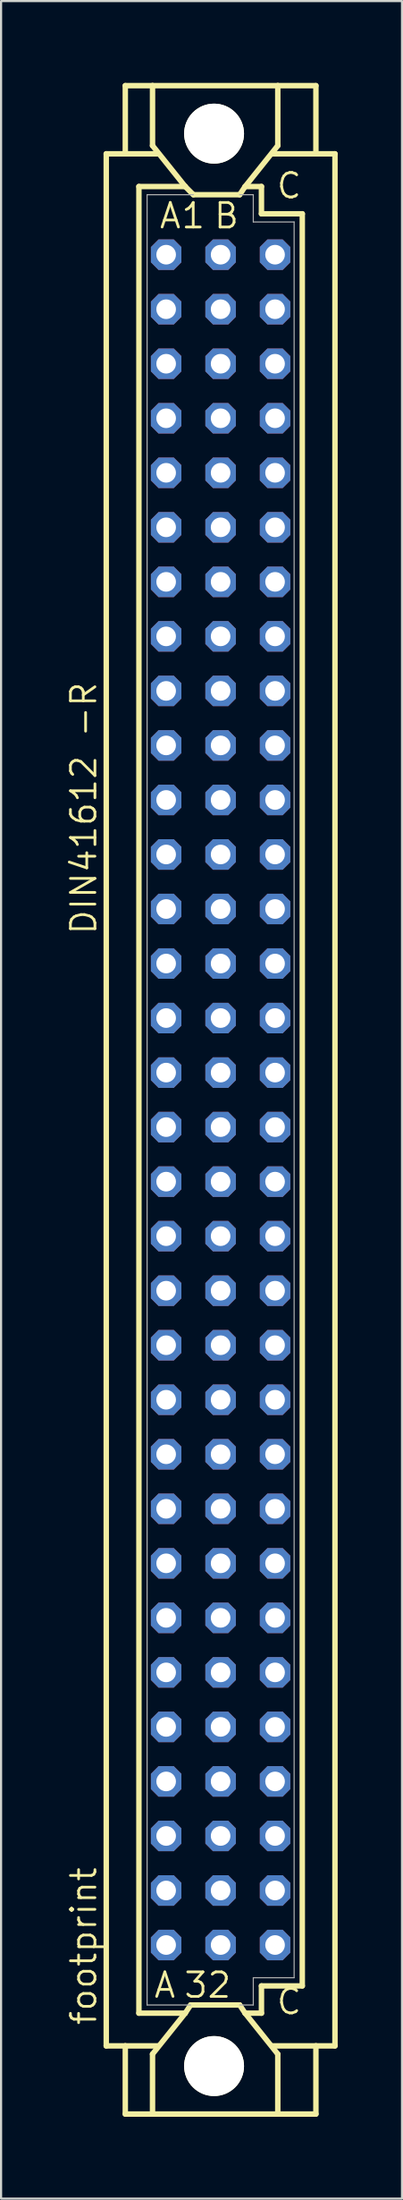
<source format=kicad_pcb>
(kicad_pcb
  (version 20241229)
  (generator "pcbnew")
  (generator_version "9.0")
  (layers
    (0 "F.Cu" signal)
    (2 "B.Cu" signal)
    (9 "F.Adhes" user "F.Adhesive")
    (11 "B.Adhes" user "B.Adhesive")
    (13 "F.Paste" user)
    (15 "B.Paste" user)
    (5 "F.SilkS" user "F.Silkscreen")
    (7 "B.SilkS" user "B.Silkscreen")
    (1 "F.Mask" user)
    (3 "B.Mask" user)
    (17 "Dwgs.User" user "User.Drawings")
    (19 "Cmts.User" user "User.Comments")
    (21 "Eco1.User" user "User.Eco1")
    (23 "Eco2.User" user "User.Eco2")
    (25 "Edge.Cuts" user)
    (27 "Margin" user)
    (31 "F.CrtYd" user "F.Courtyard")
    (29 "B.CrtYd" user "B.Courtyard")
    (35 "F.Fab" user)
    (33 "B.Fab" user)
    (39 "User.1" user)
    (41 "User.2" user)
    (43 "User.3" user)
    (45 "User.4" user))
  (footprint "footprint"
    (layer "F.Cu")
    (at 7.239 48.184)
    (property "Reference" "footprint" (at -5.715 43.18 90) (layer "F.SilkS") (effects (font (size 1.143 1.143) (thickness 0.127)) (justify left bottom)))
    (fp_line (start -5.334 -44.069) (end -4.445 -44.069) (stroke (width 0.254) (type solid)) (layer "F.SilkS"))
    (fp_line (start -5.334 44.069) (end -5.334 -44.069) (stroke (width 0.254) (type solid)) (layer "F.SilkS"))
    (fp_line (start -5.334 44.069) (end -4.445 44.069) (stroke (width 0.254) (type solid)) (layer "F.SilkS"))
    (fp_line (start -4.445 -47.244) (end -4.445 -44.069) (stroke (width 0.254) (type solid)) (layer "F.SilkS"))
    (fp_line (start -4.445 -44.069) (end -2.921 -44.069) (stroke (width 0.254) (type solid)) (layer "F.SilkS"))
    (fp_line (start -4.445 44.069) (end -4.445 47.244) (stroke (width 0.254) (type solid)) (layer "F.SilkS"))
    (fp_line (start -4.445 44.069) (end -2.921 44.069) (stroke (width 0.254) (type solid)) (layer "F.SilkS"))
    (fp_line (start -3.81 -42.545) (end -3.81 42.545) (stroke (width 0.254) (type solid)) (layer "F.SilkS"))
    (fp_line (start -3.81 42.545) (end -1.651 42.545) (stroke (width 0.254) (type solid)) (layer "F.SilkS"))
    (fp_line (start -3.175 -47.244) (end -4.445 -47.244) (stroke (width 0.254) (type solid)) (layer "F.SilkS"))
    (fp_line (start -3.175 -47.244) (end -3.175 -44.45) (stroke (width 0.254) (type solid)) (layer "F.SilkS"))
    (fp_line (start -3.175 47.244) (end -4.445 47.244) (stroke (width 0.254) (type solid)) (layer "F.SilkS"))
    (fp_line (start -3.175 47.244) (end -3.175 44.45) (stroke (width 0.254) (type solid)) (layer "F.SilkS"))
    (fp_line (start -3.175 47.244) (end 2.667 47.244) (stroke (width 0.254) (type solid)) (layer "F.SilkS"))
    (fp_line (start -1.651 -42.545) (end -3.81 -42.545) (stroke (width 0.254) (type solid)) (layer "F.SilkS"))
    (fp_line (start -1.651 -42.545) (end -3.175 -44.45) (stroke (width 0.254) (type solid)) (layer "F.SilkS"))
    (fp_line (start -1.651 -42.545) (end -1.27 -42.164) (stroke (width 0.254) (type solid)) (layer "F.SilkS"))
    (fp_line (start -1.651 42.545) (end -3.175 44.45) (stroke (width 0.254) (type solid)) (layer "F.SilkS"))
    (fp_line (start -1.651 42.545) (end -1.397 42.164) (stroke (width 0.254) (type solid)) (layer "F.SilkS"))
    (fp_line (start -1.397 42.164) (end 0.889 42.164) (stroke (width 0.254) (type solid)) (layer "F.SilkS"))
    (fp_line (start -1.27 -42.164) (end 0.889 -42.164) (stroke (width 0.254) (type solid)) (layer "F.SilkS"))
    (fp_line (start 0.889 -42.164) (end 1.143 -42.545) (stroke (width 0.254) (type solid)) (layer "F.SilkS"))
    (fp_line (start 1.143 -42.545) (end 2.667 -44.45) (stroke (width 0.254) (type solid)) (layer "F.SilkS"))
    (fp_line (start 1.143 42.545) (end 0.889 42.164) (stroke (width 0.254) (type solid)) (layer "F.SilkS"))
    (fp_line (start 1.143 42.545) (end 1.905 42.545) (stroke (width 0.254) (type solid)) (layer "F.SilkS"))
    (fp_line (start 1.143 42.545) (end 2.667 44.45) (stroke (width 0.254) (type solid)) (layer "F.SilkS"))
    (fp_line (start 1.905 -42.545) (end 1.143 -42.545) (stroke (width 0.254) (type solid)) (layer "F.SilkS"))
    (fp_line (start 1.905 -41.275) (end 1.905 -42.545) (stroke (width 0.254) (type solid)) (layer "F.SilkS"))
    (fp_line (start 1.905 41.275) (end 3.81 41.275) (stroke (width 0.254) (type solid)) (layer "F.SilkS"))
    (fp_line (start 1.905 42.545) (end 1.905 41.275) (stroke (width 0.254) (type solid)) (layer "F.SilkS"))
    (fp_line (start 2.667 -47.244) (end -3.175 -47.244) (stroke (width 0.254) (type solid)) (layer "F.SilkS"))
    (fp_line (start 2.667 -47.244) (end 2.667 -44.45) (stroke (width 0.254) (type solid)) (layer "F.SilkS"))
    (fp_line (start 2.667 -47.244) (end 4.445 -47.244) (stroke (width 0.254) (type solid)) (layer "F.SilkS"))
    (fp_line (start 2.667 47.244) (end 2.667 44.45) (stroke (width 0.254) (type solid)) (layer "F.SilkS"))
    (fp_line (start 2.667 47.244) (end 4.445 47.244) (stroke (width 0.254) (type solid)) (layer "F.SilkS"))
    (fp_line (start 3.81 -41.275) (end 1.905 -41.275) (stroke (width 0.254) (type solid)) (layer "F.SilkS"))
    (fp_line (start 3.81 41.275) (end 3.81 -41.275) (stroke (width 0.254) (type solid)) (layer "F.SilkS"))
    (fp_line (start 4.445 -47.244) (end 4.445 -44.069) (stroke (width 0.254) (type solid)) (layer "F.SilkS"))
    (fp_line (start 4.445 -44.069) (end 2.413 -44.069) (stroke (width 0.254) (type solid)) (layer "F.SilkS"))
    (fp_line (start 4.445 44.069) (end 2.413 44.069) (stroke (width 0.254) (type solid)) (layer "F.SilkS"))
    (fp_line (start 4.445 44.069) (end 4.445 47.244) (stroke (width 0.254) (type solid)) (layer "F.SilkS"))
    (fp_line (start 5.334 -44.069) (end 4.445 -44.069) (stroke (width 0.254) (type solid)) (layer "F.SilkS"))
    (fp_line (start 5.334 44.069) (end 4.445 44.069) (stroke (width 0.254) (type solid)) (layer "F.SilkS"))
    (fp_line (start 5.334 44.069) (end 5.334 -44.069) (stroke (width 0.254) (type solid)) (layer "F.SilkS"))
    (fp_circle (center -0.305 -45.009) (end 0.965 -45.009) (stroke (width 0.254) (type solid)) (fill no) (layer "F.SilkS"))
    (fp_circle (center -0.305 45.009) (end 0.965 45.009) (stroke (width 0.254) (type solid)) (fill no) (layer "F.SilkS"))
    (fp_line (start -3.429 -42.164) (end -3.429 42.164) (stroke (width 0.051) (type solid)) (layer "F.Fab"))
    (fp_line (start -3.429 -42.164) (end -1.27 -42.164) (stroke (width 0.051) (type solid)) (layer "F.Fab"))
    (fp_line (start -3.429 42.164) (end -1.397 42.164) (stroke (width 0.051) (type solid)) (layer "F.Fab"))
    (fp_line (start 0.889 -42.164) (end 1.524 -42.164) (stroke (width 0.051) (type solid)) (layer "F.Fab"))
    (fp_line (start 0.889 42.164) (end 1.524 42.164) (stroke (width 0.051) (type solid)) (layer "F.Fab"))
    (fp_line (start 1.524 -42.164) (end 1.524 -40.894) (stroke (width 0.051) (type solid)) (layer "F.Fab"))
    (fp_line (start 1.524 -40.894) (end 3.429 -40.894) (stroke (width 0.051) (type solid)) (layer "F.Fab"))
    (fp_line (start 1.524 40.894) (end 3.429 40.894) (stroke (width 0.051) (type solid)) (layer "F.Fab"))
    (fp_line (start 1.524 42.164) (end 1.524 40.894) (stroke (width 0.051) (type solid)) (layer "F.Fab"))
    (fp_line (start 3.429 -40.894) (end 3.429 40.894) (stroke (width 0.051) (type solid)) (layer "F.Fab"))
    (fp_poly (pts (xy -2.794 -39.116) (xy -2.286 -39.116) (xy -2.286 -39.624) (xy -2.794 -39.624)) (stroke (width 0.1) (type solid)) (fill no) (layer "F.Fab"))
    (fp_poly (pts (xy -2.794 -36.576) (xy -2.286 -36.576) (xy -2.286 -37.084) (xy -2.794 -37.084)) (stroke (width 0.1) (type solid)) (fill no) (layer "F.Fab"))
    (fp_poly (pts (xy -2.794 -34.036) (xy -2.286 -34.036) (xy -2.286 -34.544) (xy -2.794 -34.544)) (stroke (width 0.1) (type solid)) (fill no) (layer "F.Fab"))
    (fp_poly (pts (xy -2.794 -31.496) (xy -2.286 -31.496) (xy -2.286 -32.004) (xy -2.794 -32.004)) (stroke (width 0.1) (type solid)) (fill no) (layer "F.Fab"))
    (fp_poly (pts (xy -2.794 -28.956) (xy -2.286 -28.956) (xy -2.286 -29.464) (xy -2.794 -29.464)) (stroke (width 0.1) (type solid)) (fill no) (layer "F.Fab"))
    (fp_poly (pts (xy -2.794 -26.416) (xy -2.286 -26.416) (xy -2.286 -26.924) (xy -2.794 -26.924)) (stroke (width 0.1) (type solid)) (fill no) (layer "F.Fab"))
    (fp_poly (pts (xy -2.794 -23.876) (xy -2.286 -23.876) (xy -2.286 -24.384) (xy -2.794 -24.384)) (stroke (width 0.1) (type solid)) (fill no) (layer "F.Fab"))
    (fp_poly (pts (xy -2.794 -21.336) (xy -2.286 -21.336) (xy -2.286 -21.844) (xy -2.794 -21.844)) (stroke (width 0.1) (type solid)) (fill no) (layer "F.Fab"))
    (fp_poly (pts (xy -2.794 -18.796) (xy -2.286 -18.796) (xy -2.286 -19.304) (xy -2.794 -19.304)) (stroke (width 0.1) (type solid)) (fill no) (layer "F.Fab"))
    (fp_poly (pts (xy -2.794 -16.256) (xy -2.286 -16.256) (xy -2.286 -16.764) (xy -2.794 -16.764)) (stroke (width 0.1) (type solid)) (fill no) (layer "F.Fab"))
    (fp_poly (pts (xy -2.794 -13.716) (xy -2.286 -13.716) (xy -2.286 -14.224) (xy -2.794 -14.224)) (stroke (width 0.1) (type solid)) (fill no) (layer "F.Fab"))
    (fp_poly (pts (xy -2.794 -11.176) (xy -2.286 -11.176) (xy -2.286 -11.684) (xy -2.794 -11.684)) (stroke (width 0.1) (type solid)) (fill no) (layer "F.Fab"))
    (fp_poly (pts (xy -2.794 -8.636) (xy -2.286 -8.636) (xy -2.286 -9.144) (xy -2.794 -9.144)) (stroke (width 0.1) (type solid)) (fill no) (layer "F.Fab"))
    (fp_poly (pts (xy -2.794 -6.096) (xy -2.286 -6.096) (xy -2.286 -6.604) (xy -2.794 -6.604)) (stroke (width 0.1) (type solid)) (fill no) (layer "F.Fab"))
    (fp_poly (pts (xy -2.794 -3.556) (xy -2.286 -3.556) (xy -2.286 -4.064) (xy -2.794 -4.064)) (stroke (width 0.1) (type solid)) (fill no) (layer "F.Fab"))
    (fp_poly (pts (xy -2.794 -1.016) (xy -2.286 -1.016) (xy -2.286 -1.524) (xy -2.794 -1.524)) (stroke (width 0.1) (type solid)) (fill no) (layer "F.Fab"))
    (fp_poly (pts (xy -2.794 1.524) (xy -2.286 1.524) (xy -2.286 1.016) (xy -2.794 1.016)) (stroke (width 0.1) (type solid)) (fill no) (layer "F.Fab"))
    (fp_poly (pts (xy -2.794 4.064) (xy -2.286 4.064) (xy -2.286 3.556) (xy -2.794 3.556)) (stroke (width 0.1) (type solid)) (fill no) (layer "F.Fab"))
    (fp_poly (pts (xy -2.794 6.604) (xy -2.286 6.604) (xy -2.286 6.096) (xy -2.794 6.096)) (stroke (width 0.1) (type solid)) (fill no) (layer "F.Fab"))
    (fp_poly (pts (xy -2.794 9.144) (xy -2.286 9.144) (xy -2.286 8.636) (xy -2.794 8.636)) (stroke (width 0.1) (type solid)) (fill no) (layer "F.Fab"))
    (fp_poly (pts (xy -2.794 11.684) (xy -2.286 11.684) (xy -2.286 11.176) (xy -2.794 11.176)) (stroke (width 0.1) (type solid)) (fill no) (layer "F.Fab"))
    (fp_poly (pts (xy -2.794 14.224) (xy -2.286 14.224) (xy -2.286 13.716) (xy -2.794 13.716)) (stroke (width 0.1) (type solid)) (fill no) (layer "F.Fab"))
    (fp_poly (pts (xy -2.794 16.764) (xy -2.286 16.764) (xy -2.286 16.256) (xy -2.794 16.256)) (stroke (width 0.1) (type solid)) (fill no) (layer "F.Fab"))
    (fp_poly (pts (xy -2.794 19.304) (xy -2.286 19.304) (xy -2.286 18.796) (xy -2.794 18.796)) (stroke (width 0.1) (type solid)) (fill no) (layer "F.Fab"))
    (fp_poly (pts (xy -2.794 21.844) (xy -2.286 21.844) (xy -2.286 21.336) (xy -2.794 21.336)) (stroke (width 0.1) (type solid)) (fill no) (layer "F.Fab"))
    (fp_poly (pts (xy -2.794 24.384) (xy -2.286 24.384) (xy -2.286 23.876) (xy -2.794 23.876)) (stroke (width 0.1) (type solid)) (fill no) (layer "F.Fab"))
    (fp_poly (pts (xy -2.794 26.924) (xy -2.286 26.924) (xy -2.286 26.416) (xy -2.794 26.416)) (stroke (width 0.1) (type solid)) (fill no) (layer "F.Fab"))
    (fp_poly (pts (xy -2.794 29.464) (xy -2.286 29.464) (xy -2.286 28.956) (xy -2.794 28.956)) (stroke (width 0.1) (type solid)) (fill no) (layer "F.Fab"))
    (fp_poly (pts (xy -2.794 32.004) (xy -2.286 32.004) (xy -2.286 31.496) (xy -2.794 31.496)) (stroke (width 0.1) (type solid)) (fill no) (layer "F.Fab"))
    (fp_poly (pts (xy -2.794 34.544) (xy -2.286 34.544) (xy -2.286 34.036) (xy -2.794 34.036)) (stroke (width 0.1) (type solid)) (fill no) (layer "F.Fab"))
    (fp_poly (pts (xy -2.794 37.084) (xy -2.286 37.084) (xy -2.286 36.576) (xy -2.794 36.576)) (stroke (width 0.1) (type solid)) (fill no) (layer "F.Fab"))
    (fp_poly (pts (xy -2.794 39.624) (xy -2.286 39.624) (xy -2.286 39.116) (xy -2.794 39.116)) (stroke (width 0.1) (type solid)) (fill no) (layer "F.Fab"))
    (fp_poly (pts (xy -0.254 -39.116) (xy 0.254 -39.116) (xy 0.254 -39.624) (xy -0.254 -39.624)) (stroke (width 0.1) (type solid)) (fill no) (layer "F.Fab"))
    (fp_poly (pts (xy -0.254 -36.576) (xy 0.254 -36.576) (xy 0.254 -37.084) (xy -0.254 -37.084)) (stroke (width 0.1) (type solid)) (fill no) (layer "F.Fab"))
    (fp_poly (pts (xy -0.254 -34.036) (xy 0.254 -34.036) (xy 0.254 -34.544) (xy -0.254 -34.544)) (stroke (width 0.1) (type solid)) (fill no) (layer "F.Fab"))
    (fp_poly (pts (xy -0.254 -31.496) (xy 0.254 -31.496) (xy 0.254 -32.004) (xy -0.254 -32.004)) (stroke (width 0.1) (type solid)) (fill no) (layer "F.Fab"))
    (fp_poly (pts (xy -0.254 -28.956) (xy 0.254 -28.956) (xy 0.254 -29.464) (xy -0.254 -29.464)) (stroke (width 0.1) (type solid)) (fill no) (layer "F.Fab"))
    (fp_poly (pts (xy -0.254 -26.416) (xy 0.254 -26.416) (xy 0.254 -26.924) (xy -0.254 -26.924)) (stroke (width 0.1) (type solid)) (fill no) (layer "F.Fab"))
    (fp_poly (pts (xy -0.254 -23.876) (xy 0.254 -23.876) (xy 0.254 -24.384) (xy -0.254 -24.384)) (stroke (width 0.1) (type solid)) (fill no) (layer "F.Fab"))
    (fp_poly (pts (xy -0.254 -21.336) (xy 0.254 -21.336) (xy 0.254 -21.844) (xy -0.254 -21.844)) (stroke (width 0.1) (type solid)) (fill no) (layer "F.Fab"))
    (fp_poly (pts (xy -0.254 -18.796) (xy 0.254 -18.796) (xy 0.254 -19.304) (xy -0.254 -19.304)) (stroke (width 0.1) (type solid)) (fill no) (layer "F.Fab"))
    (fp_poly (pts (xy -0.254 -16.256) (xy 0.254 -16.256) (xy 0.254 -16.764) (xy -0.254 -16.764)) (stroke (width 0.1) (type solid)) (fill no) (layer "F.Fab"))
    (fp_poly (pts (xy -0.254 -13.716) (xy 0.254 -13.716) (xy 0.254 -14.224) (xy -0.254 -14.224)) (stroke (width 0.1) (type solid)) (fill no) (layer "F.Fab"))
    (fp_poly (pts (xy -0.254 -11.176) (xy 0.254 -11.176) (xy 0.254 -11.684) (xy -0.254 -11.684)) (stroke (width 0.1) (type solid)) (fill no) (layer "F.Fab"))
    (fp_poly (pts (xy -0.254 -8.636) (xy 0.254 -8.636) (xy 0.254 -9.144) (xy -0.254 -9.144)) (stroke (width 0.1) (type solid)) (fill no) (layer "F.Fab"))
    (fp_poly (pts (xy -0.254 -6.096) (xy 0.254 -6.096) (xy 0.254 -6.604) (xy -0.254 -6.604)) (stroke (width 0.1) (type solid)) (fill no) (layer "F.Fab"))
    (fp_poly (pts (xy -0.254 -3.556) (xy 0.254 -3.556) (xy 0.254 -4.064) (xy -0.254 -4.064)) (stroke (width 0.1) (type solid)) (fill no) (layer "F.Fab"))
    (fp_poly (pts (xy -0.254 -1.016) (xy 0.254 -1.016) (xy 0.254 -1.524) (xy -0.254 -1.524)) (stroke (width 0.1) (type solid)) (fill no) (layer "F.Fab"))
    (fp_poly (pts (xy -0.254 1.524) (xy 0.254 1.524) (xy 0.254 1.016) (xy -0.254 1.016)) (stroke (width 0.1) (type solid)) (fill no) (layer "F.Fab"))
    (fp_poly (pts (xy -0.254 4.064) (xy 0.254 4.064) (xy 0.254 3.556) (xy -0.254 3.556)) (stroke (width 0.1) (type solid)) (fill no) (layer "F.Fab"))
    (fp_poly (pts (xy -0.254 6.604) (xy 0.254 6.604) (xy 0.254 6.096) (xy -0.254 6.096)) (stroke (width 0.1) (type solid)) (fill no) (layer "F.Fab"))
    (fp_poly (pts (xy -0.254 9.144) (xy 0.254 9.144) (xy 0.254 8.636) (xy -0.254 8.636)) (stroke (width 0.1) (type solid)) (fill no) (layer "F.Fab"))
    (fp_poly (pts (xy -0.254 11.684) (xy 0.254 11.684) (xy 0.254 11.176) (xy -0.254 11.176)) (stroke (width 0.1) (type solid)) (fill no) (layer "F.Fab"))
    (fp_poly (pts (xy -0.254 14.224) (xy 0.254 14.224) (xy 0.254 13.716) (xy -0.254 13.716)) (stroke (width 0.1) (type solid)) (fill no) (layer "F.Fab"))
    (fp_poly (pts (xy -0.254 16.764) (xy 0.254 16.764) (xy 0.254 16.256) (xy -0.254 16.256)) (stroke (width 0.1) (type solid)) (fill no) (layer "F.Fab"))
    (fp_poly (pts (xy -0.254 19.304) (xy 0.254 19.304) (xy 0.254 18.796) (xy -0.254 18.796)) (stroke (width 0.1) (type solid)) (fill no) (layer "F.Fab"))
    (fp_poly (pts (xy -0.254 21.844) (xy 0.254 21.844) (xy 0.254 21.336) (xy -0.254 21.336)) (stroke (width 0.1) (type solid)) (fill no) (layer "F.Fab"))
    (fp_poly (pts (xy -0.254 24.384) (xy 0.254 24.384) (xy 0.254 23.876) (xy -0.254 23.876)) (stroke (width 0.1) (type solid)) (fill no) (layer "F.Fab"))
    (fp_poly (pts (xy -0.254 26.924) (xy 0.254 26.924) (xy 0.254 26.416) (xy -0.254 26.416)) (stroke (width 0.1) (type solid)) (fill no) (layer "F.Fab"))
    (fp_poly (pts (xy -0.254 29.464) (xy 0.254 29.464) (xy 0.254 28.956) (xy -0.254 28.956)) (stroke (width 0.1) (type solid)) (fill no) (layer "F.Fab"))
    (fp_poly (pts (xy -0.254 32.004) (xy 0.254 32.004) (xy 0.254 31.496) (xy -0.254 31.496)) (stroke (width 0.1) (type solid)) (fill no) (layer "F.Fab"))
    (fp_poly (pts (xy -0.254 34.544) (xy 0.254 34.544) (xy 0.254 34.036) (xy -0.254 34.036)) (stroke (width 0.1) (type solid)) (fill no) (layer "F.Fab"))
    (fp_poly (pts (xy -0.254 37.084) (xy 0.254 37.084) (xy 0.254 36.576) (xy -0.254 36.576)) (stroke (width 0.1) (type solid)) (fill no) (layer "F.Fab"))
    (fp_poly (pts (xy -0.254 39.624) (xy 0.254 39.624) (xy 0.254 39.116) (xy -0.254 39.116)) (stroke (width 0.1) (type solid)) (fill no) (layer "F.Fab"))
    (fp_poly (pts (xy 2.286 -39.116) (xy 2.794 -39.116) (xy 2.794 -39.624) (xy 2.286 -39.624)) (stroke (width 0.1) (type solid)) (fill no) (layer "F.Fab"))
    (fp_poly (pts (xy 2.286 -36.576) (xy 2.794 -36.576) (xy 2.794 -37.084) (xy 2.286 -37.084)) (stroke (width 0.1) (type solid)) (fill no) (layer "F.Fab"))
    (fp_poly (pts (xy 2.286 -34.036) (xy 2.794 -34.036) (xy 2.794 -34.544) (xy 2.286 -34.544)) (stroke (width 0.1) (type solid)) (fill no) (layer "F.Fab"))
    (fp_poly (pts (xy 2.286 -31.496) (xy 2.794 -31.496) (xy 2.794 -32.004) (xy 2.286 -32.004)) (stroke (width 0.1) (type solid)) (fill no) (layer "F.Fab"))
    (fp_poly (pts (xy 2.286 -28.956) (xy 2.794 -28.956) (xy 2.794 -29.464) (xy 2.286 -29.464)) (stroke (width 0.1) (type solid)) (fill no) (layer "F.Fab"))
    (fp_poly (pts (xy 2.286 -26.416) (xy 2.794 -26.416) (xy 2.794 -26.924) (xy 2.286 -26.924)) (stroke (width 0.1) (type solid)) (fill no) (layer "F.Fab"))
    (fp_poly (pts (xy 2.286 -23.876) (xy 2.794 -23.876) (xy 2.794 -24.384) (xy 2.286 -24.384)) (stroke (width 0.1) (type solid)) (fill no) (layer "F.Fab"))
    (fp_poly (pts (xy 2.286 -21.336) (xy 2.794 -21.336) (xy 2.794 -21.844) (xy 2.286 -21.844)) (stroke (width 0.1) (type solid)) (fill no) (layer "F.Fab"))
    (fp_poly (pts (xy 2.286 -18.796) (xy 2.794 -18.796) (xy 2.794 -19.304) (xy 2.286 -19.304)) (stroke (width 0.1) (type solid)) (fill no) (layer "F.Fab"))
    (fp_poly (pts (xy 2.286 -16.256) (xy 2.794 -16.256) (xy 2.794 -16.764) (xy 2.286 -16.764)) (stroke (width 0.1) (type solid)) (fill no) (layer "F.Fab"))
    (fp_poly (pts (xy 2.286 -13.716) (xy 2.794 -13.716) (xy 2.794 -14.224) (xy 2.286 -14.224)) (stroke (width 0.1) (type solid)) (fill no) (layer "F.Fab"))
    (fp_poly (pts (xy 2.286 -11.176) (xy 2.794 -11.176) (xy 2.794 -11.684) (xy 2.286 -11.684)) (stroke (width 0.1) (type solid)) (fill no) (layer "F.Fab"))
    (fp_poly (pts (xy 2.286 -8.636) (xy 2.794 -8.636) (xy 2.794 -9.144) (xy 2.286 -9.144)) (stroke (width 0.1) (type solid)) (fill no) (layer "F.Fab"))
    (fp_poly (pts (xy 2.286 -6.096) (xy 2.794 -6.096) (xy 2.794 -6.604) (xy 2.286 -6.604)) (stroke (width 0.1) (type solid)) (fill no) (layer "F.Fab"))
    (fp_poly (pts (xy 2.286 -3.556) (xy 2.794 -3.556) (xy 2.794 -4.064) (xy 2.286 -4.064)) (stroke (width 0.1) (type solid)) (fill no) (layer "F.Fab"))
    (fp_poly (pts (xy 2.286 -1.016) (xy 2.794 -1.016) (xy 2.794 -1.524) (xy 2.286 -1.524)) (stroke (width 0.1) (type solid)) (fill no) (layer "F.Fab"))
    (fp_poly (pts (xy 2.286 1.524) (xy 2.794 1.524) (xy 2.794 1.016) (xy 2.286 1.016)) (stroke (width 0.1) (type solid)) (fill no) (layer "F.Fab"))
    (fp_poly (pts (xy 2.286 4.064) (xy 2.794 4.064) (xy 2.794 3.556) (xy 2.286 3.556)) (stroke (width 0.1) (type solid)) (fill no) (layer "F.Fab"))
    (fp_poly (pts (xy 2.286 6.604) (xy 2.794 6.604) (xy 2.794 6.096) (xy 2.286 6.096)) (stroke (width 0.1) (type solid)) (fill no) (layer "F.Fab"))
    (fp_poly (pts (xy 2.286 9.144) (xy 2.794 9.144) (xy 2.794 8.636) (xy 2.286 8.636)) (stroke (width 0.1) (type solid)) (fill no) (layer "F.Fab"))
    (fp_poly (pts (xy 2.286 11.684) (xy 2.794 11.684) (xy 2.794 11.176) (xy 2.286 11.176)) (stroke (width 0.1) (type solid)) (fill no) (layer "F.Fab"))
    (fp_poly (pts (xy 2.286 14.224) (xy 2.794 14.224) (xy 2.794 13.716) (xy 2.286 13.716)) (stroke (width 0.1) (type solid)) (fill no) (layer "F.Fab"))
    (fp_poly (pts (xy 2.286 16.764) (xy 2.794 16.764) (xy 2.794 16.256) (xy 2.286 16.256)) (stroke (width 0.1) (type solid)) (fill no) (layer "F.Fab"))
    (fp_poly (pts (xy 2.286 19.304) (xy 2.794 19.304) (xy 2.794 18.796) (xy 2.286 18.796)) (stroke (width 0.1) (type solid)) (fill no) (layer "F.Fab"))
    (fp_poly (pts (xy 2.286 21.844) (xy 2.794 21.844) (xy 2.794 21.336) (xy 2.286 21.336)) (stroke (width 0.1) (type solid)) (fill no) (layer "F.Fab"))
    (fp_poly (pts (xy 2.286 24.384) (xy 2.794 24.384) (xy 2.794 23.876) (xy 2.286 23.876)) (stroke (width 0.1) (type solid)) (fill no) (layer "F.Fab"))
    (fp_poly (pts (xy 2.286 26.924) (xy 2.794 26.924) (xy 2.794 26.416) (xy 2.286 26.416)) (stroke (width 0.1) (type solid)) (fill no) (layer "F.Fab"))
    (fp_poly (pts (xy 2.286 29.464) (xy 2.794 29.464) (xy 2.794 28.956) (xy 2.286 28.956)) (stroke (width 0.1) (type solid)) (fill no) (layer "F.Fab"))
    (fp_poly (pts (xy 2.286 32.004) (xy 2.794 32.004) (xy 2.794 31.496) (xy 2.286 31.496)) (stroke (width 0.1) (type solid)) (fill no) (layer "F.Fab"))
    (fp_poly (pts (xy 2.286 34.544) (xy 2.794 34.544) (xy 2.794 34.036) (xy 2.286 34.036)) (stroke (width 0.1) (type solid)) (fill no) (layer "F.Fab"))
    (fp_poly (pts (xy 2.286 37.084) (xy 2.794 37.084) (xy 2.794 36.576) (xy 2.286 36.576)) (stroke (width 0.1) (type solid)) (fill no) (layer "F.Fab"))
    (fp_poly (pts (xy 2.286 39.624) (xy 2.794 39.624) (xy 2.794 39.116) (xy 2.286 39.116)) (stroke (width 0.1) (type solid)) (fill no) (layer "F.Fab"))
    (fp_text user "C" (at 2.54 42.68 0) (layer "F.SilkS") (effects (font (size 1.143 1.143) (thickness 0.127)) (justify left bottom)))
    (fp_text user "1" (at -1.905 -40.513 0) (layer "F.SilkS") (effects (font (size 1.143 1.143) (thickness 0.127)) (justify left bottom)))
    (fp_text user "A" (at -2.921 -40.513 0) (layer "F.SilkS") (effects (font (size 1.143 1.143) (thickness 0.127)) (justify left bottom)))
    (fp_text user "C" (at 2.54 -41.91 0) (layer "F.SilkS") (effects (font (size 1.143 1.143) (thickness 0.127)) (justify left bottom)))
    (fp_text user "DIN41612 -R" (at -5.715 -7.62 90) (layer "F.SilkS") (effects (font (size 1.143 1.143) (thickness 0.127)) (justify left bottom)))
    (fp_text user "B" (at -0.381 -40.513 0) (layer "F.SilkS") (effects (font (size 1.143 1.143) (thickness 0.127)) (justify left bottom)))
    (fp_text user "32" (at -1.778 41.91 0) (layer "F.SilkS") (effects (font (size 1.143 1.143) (thickness 0.127)) (justify left bottom)))
    (fp_text user "A" (at -3.175 41.91 0) (layer "F.SilkS") (effects (font (size 1.143 1.143) (thickness 0.127)) (justify left bottom)))
    (pad "" np_thru_hole circle (at -0.305 -45.009) (size 2.794 2.794) (drill 2.794) (layers "*.Cu" "*.Mask"))
    (pad "" np_thru_hole circle (at -0.305 45.009) (size 2.794 2.794) (drill 2.794) (layers "*.Cu" "*.Mask"))
    (pad "A1" thru_hole roundrect (at -2.54 -39.37) (size 1.422 1.422) (drill 0.914) (layers "*.Cu" "*.Mask") (roundrect_rratio 0.25) (chamfer_ratio 0.25) (chamfer top_left top_right bottom_left bottom_right))
    (pad "A2" thru_hole roundrect (at -2.54 -36.83) (size 1.422 1.422) (drill 0.914) (layers "*.Cu" "*.Mask") (roundrect_rratio 0.25) (chamfer_ratio 0.25) (chamfer top_left top_right bottom_left bottom_right))
    (pad "A3" thru_hole roundrect (at -2.54 -34.29) (size 1.422 1.422) (drill 0.914) (layers "*.Cu" "*.Mask") (roundrect_rratio 0.25) (chamfer_ratio 0.25) (chamfer top_left top_right bottom_left bottom_right))
    (pad "A4" thru_hole roundrect (at -2.54 -31.75) (size 1.422 1.422) (drill 0.914) (layers "*.Cu" "*.Mask") (roundrect_rratio 0.25) (chamfer_ratio 0.25) (chamfer top_left top_right bottom_left bottom_right))
    (pad "A5" thru_hole roundrect (at -2.54 -29.21) (size 1.422 1.422) (drill 0.914) (layers "*.Cu" "*.Mask") (roundrect_rratio 0.25) (chamfer_ratio 0.25) (chamfer top_left top_right bottom_left bottom_right))
    (pad "A6" thru_hole roundrect (at -2.54 -26.67) (size 1.422 1.422) (drill 0.914) (layers "*.Cu" "*.Mask") (roundrect_rratio 0.25) (chamfer_ratio 0.25) (chamfer top_left top_right bottom_left bottom_right))
    (pad "A7" thru_hole roundrect (at -2.54 -24.13) (size 1.422 1.422) (drill 0.914) (layers "*.Cu" "*.Mask") (roundrect_rratio 0.25) (chamfer_ratio 0.25) (chamfer top_left top_right bottom_left bottom_right))
    (pad "A8" thru_hole roundrect (at -2.54 -21.59) (size 1.422 1.422) (drill 0.914) (layers "*.Cu" "*.Mask") (roundrect_rratio 0.25) (chamfer_ratio 0.25) (chamfer top_left top_right bottom_left bottom_right))
    (pad "A9" thru_hole roundrect (at -2.54 -19.05) (size 1.422 1.422) (drill 0.914) (layers "*.Cu" "*.Mask") (roundrect_rratio 0.25) (chamfer_ratio 0.25) (chamfer top_left top_right bottom_left bottom_right))
    (pad "A10" thru_hole roundrect (at -2.54 -16.51) (size 1.422 1.422) (drill 0.914) (layers "*.Cu" "*.Mask") (roundrect_rratio 0.25) (chamfer_ratio 0.25) (chamfer top_left top_right bottom_left bottom_right))
    (pad "A11" thru_hole roundrect (at -2.54 -13.97) (size 1.422 1.422) (drill 0.914) (layers "*.Cu" "*.Mask") (roundrect_rratio 0.25) (chamfer_ratio 0.25) (chamfer top_left top_right bottom_left bottom_right))
    (pad "A12" thru_hole roundrect (at -2.54 -11.43) (size 1.422 1.422) (drill 0.914) (layers "*.Cu" "*.Mask") (roundrect_rratio 0.25) (chamfer_ratio 0.25) (chamfer top_left top_right bottom_left bottom_right))
    (pad "A13" thru_hole roundrect (at -2.54 -8.89) (size 1.422 1.422) (drill 0.914) (layers "*.Cu" "*.Mask") (roundrect_rratio 0.25) (chamfer_ratio 0.25) (chamfer top_left top_right bottom_left bottom_right))
    (pad "A14" thru_hole roundrect (at -2.54 -6.35) (size 1.422 1.422) (drill 0.914) (layers "*.Cu" "*.Mask") (roundrect_rratio 0.25) (chamfer_ratio 0.25) (chamfer top_left top_right bottom_left bottom_right))
    (pad "A15" thru_hole roundrect (at -2.54 -3.81) (size 1.422 1.422) (drill 0.914) (layers "*.Cu" "*.Mask") (roundrect_rratio 0.25) (chamfer_ratio 0.25) (chamfer top_left top_right bottom_left bottom_right))
    (pad "A16" thru_hole roundrect (at -2.54 -1.27) (size 1.422 1.422) (drill 0.914) (layers "*.Cu" "*.Mask") (roundrect_rratio 0.25) (chamfer_ratio 0.25) (chamfer top_left top_right bottom_left bottom_right))
    (pad "A17" thru_hole roundrect (at -2.54 1.27) (size 1.422 1.422) (drill 0.914) (layers "*.Cu" "*.Mask") (roundrect_rratio 0.25) (chamfer_ratio 0.25) (chamfer top_left top_right bottom_left bottom_right))
    (pad "A18" thru_hole roundrect (at -2.54 3.81) (size 1.422 1.422) (drill 0.914) (layers "*.Cu" "*.Mask") (roundrect_rratio 0.25) (chamfer_ratio 0.25) (chamfer top_left top_right bottom_left bottom_right))
    (pad "A19" thru_hole roundrect (at -2.54 6.35) (size 1.422 1.422) (drill 0.914) (layers "*.Cu" "*.Mask") (roundrect_rratio 0.25) (chamfer_ratio 0.25) (chamfer top_left top_right bottom_left bottom_right))
    (pad "A20" thru_hole roundrect (at -2.54 8.89) (size 1.422 1.422) (drill 0.914) (layers "*.Cu" "*.Mask") (roundrect_rratio 0.25) (chamfer_ratio 0.25) (chamfer top_left top_right bottom_left bottom_right))
    (pad "A21" thru_hole roundrect (at -2.54 11.43) (size 1.422 1.422) (drill 0.914) (layers "*.Cu" "*.Mask") (roundrect_rratio 0.25) (chamfer_ratio 0.25) (chamfer top_left top_right bottom_left bottom_right))
    (pad "A22" thru_hole roundrect (at -2.54 13.97) (size 1.422 1.422) (drill 0.914) (layers "*.Cu" "*.Mask") (roundrect_rratio 0.25) (chamfer_ratio 0.25) (chamfer top_left top_right bottom_left bottom_right))
    (pad "A23" thru_hole roundrect (at -2.54 16.51) (size 1.422 1.422) (drill 0.914) (layers "*.Cu" "*.Mask") (roundrect_rratio 0.25) (chamfer_ratio 0.25) (chamfer top_left top_right bottom_left bottom_right))
    (pad "A24" thru_hole roundrect (at -2.54 19.05) (size 1.422 1.422) (drill 0.914) (layers "*.Cu" "*.Mask") (roundrect_rratio 0.25) (chamfer_ratio 0.25) (chamfer top_left top_right bottom_left bottom_right))
    (pad "A25" thru_hole roundrect (at -2.54 21.59) (size 1.422 1.422) (drill 0.914) (layers "*.Cu" "*.Mask") (roundrect_rratio 0.25) (chamfer_ratio 0.25) (chamfer top_left top_right bottom_left bottom_right))
    (pad "A26" thru_hole roundrect (at -2.54 24.13) (size 1.422 1.422) (drill 0.914) (layers "*.Cu" "*.Mask") (roundrect_rratio 0.25) (chamfer_ratio 0.25) (chamfer top_left top_right bottom_left bottom_right))
    (pad "A27" thru_hole roundrect (at -2.54 26.67) (size 1.422 1.422) (drill 0.914) (layers "*.Cu" "*.Mask") (roundrect_rratio 0.25) (chamfer_ratio 0.25) (chamfer top_left top_right bottom_left bottom_right))
    (pad "A28" thru_hole roundrect (at -2.54 29.21) (size 1.422 1.422) (drill 0.914) (layers "*.Cu" "*.Mask") (roundrect_rratio 0.25) (chamfer_ratio 0.25) (chamfer top_left top_right bottom_left bottom_right))
    (pad "A29" thru_hole roundrect (at -2.54 31.75) (size 1.422 1.422) (drill 0.914) (layers "*.Cu" "*.Mask") (roundrect_rratio 0.25) (chamfer_ratio 0.25) (chamfer top_left top_right bottom_left bottom_right))
    (pad "A30" thru_hole roundrect (at -2.54 34.29) (size 1.422 1.422) (drill 0.914) (layers "*.Cu" "*.Mask") (roundrect_rratio 0.25) (chamfer_ratio 0.25) (chamfer top_left top_right bottom_left bottom_right))
    (pad "A31" thru_hole roundrect (at -2.54 36.83) (size 1.422 1.422) (drill 0.914) (layers "*.Cu" "*.Mask") (roundrect_rratio 0.25) (chamfer_ratio 0.25) (chamfer top_left top_right bottom_left bottom_right))
    (pad "A32" thru_hole roundrect (at -2.54 39.37) (size 1.422 1.422) (drill 0.914) (layers "*.Cu" "*.Mask") (roundrect_rratio 0.25) (chamfer_ratio 0.25) (chamfer top_left top_right bottom_left bottom_right))
    (pad "B1" thru_hole roundrect (at 0 -39.37) (size 1.422 1.422) (drill 0.914) (layers "*.Cu" "*.Mask") (roundrect_rratio 0.25) (chamfer_ratio 0.25) (chamfer top_left top_right bottom_left bottom_right))
    (pad "B2" thru_hole roundrect (at 0 -36.83) (size 1.422 1.422) (drill 0.914) (layers "*.Cu" "*.Mask") (roundrect_rratio 0.25) (chamfer_ratio 0.25) (chamfer top_left top_right bottom_left bottom_right))
    (pad "B3" thru_hole roundrect (at 0 -34.29) (size 1.422 1.422) (drill 0.914) (layers "*.Cu" "*.Mask") (roundrect_rratio 0.25) (chamfer_ratio 0.25) (chamfer top_left top_right bottom_left bottom_right))
    (pad "B4" thru_hole roundrect (at 0 -31.75) (size 1.422 1.422) (drill 0.914) (layers "*.Cu" "*.Mask") (roundrect_rratio 0.25) (chamfer_ratio 0.25) (chamfer top_left top_right bottom_left bottom_right))
    (pad "B5" thru_hole roundrect (at 0 -29.21) (size 1.422 1.422) (drill 0.914) (layers "*.Cu" "*.Mask") (roundrect_rratio 0.25) (chamfer_ratio 0.25) (chamfer top_left top_right bottom_left bottom_right))
    (pad "B6" thru_hole roundrect (at 0 -26.67) (size 1.422 1.422) (drill 0.914) (layers "*.Cu" "*.Mask") (roundrect_rratio 0.25) (chamfer_ratio 0.25) (chamfer top_left top_right bottom_left bottom_right))
    (pad "B7" thru_hole roundrect (at 0 -24.13) (size 1.422 1.422) (drill 0.914) (layers "*.Cu" "*.Mask") (roundrect_rratio 0.25) (chamfer_ratio 0.25) (chamfer top_left top_right bottom_left bottom_right))
    (pad "B8" thru_hole roundrect (at 0 -21.59) (size 1.422 1.422) (drill 0.914) (layers "*.Cu" "*.Mask") (roundrect_rratio 0.25) (chamfer_ratio 0.25) (chamfer top_left top_right bottom_left bottom_right))
    (pad "B9" thru_hole roundrect (at 0 -19.05) (size 1.422 1.422) (drill 0.914) (layers "*.Cu" "*.Mask") (roundrect_rratio 0.25) (chamfer_ratio 0.25) (chamfer top_left top_right bottom_left bottom_right))
    (pad "B10" thru_hole roundrect (at 0 -16.51) (size 1.422 1.422) (drill 0.914) (layers "*.Cu" "*.Mask") (roundrect_rratio 0.25) (chamfer_ratio 0.25) (chamfer top_left top_right bottom_left bottom_right))
    (pad "B11" thru_hole roundrect (at 0 -13.97) (size 1.422 1.422) (drill 0.914) (layers "*.Cu" "*.Mask") (roundrect_rratio 0.25) (chamfer_ratio 0.25) (chamfer top_left top_right bottom_left bottom_right))
    (pad "B12" thru_hole roundrect (at 0 -11.43) (size 1.422 1.422) (drill 0.914) (layers "*.Cu" "*.Mask") (roundrect_rratio 0.25) (chamfer_ratio 0.25) (chamfer top_left top_right bottom_left bottom_right))
    (pad "B13" thru_hole roundrect (at 0 -8.89) (size 1.422 1.422) (drill 0.914) (layers "*.Cu" "*.Mask") (roundrect_rratio 0.25) (chamfer_ratio 0.25) (chamfer top_left top_right bottom_left bottom_right))
    (pad "B14" thru_hole roundrect (at 0 -6.35) (size 1.422 1.422) (drill 0.914) (layers "*.Cu" "*.Mask") (roundrect_rratio 0.25) (chamfer_ratio 0.25) (chamfer top_left top_right bottom_left bottom_right))
    (pad "B15" thru_hole roundrect (at 0 -3.81) (size 1.422 1.422) (drill 0.914) (layers "*.Cu" "*.Mask") (roundrect_rratio 0.25) (chamfer_ratio 0.25) (chamfer top_left top_right bottom_left bottom_right))
    (pad "B16" thru_hole roundrect (at 0 -1.27) (size 1.422 1.422) (drill 0.914) (layers "*.Cu" "*.Mask") (roundrect_rratio 0.25) (chamfer_ratio 0.25) (chamfer top_left top_right bottom_left bottom_right))
    (pad "B17" thru_hole roundrect (at 0 1.27) (size 1.422 1.422) (drill 0.914) (layers "*.Cu" "*.Mask") (roundrect_rratio 0.25) (chamfer_ratio 0.25) (chamfer top_left top_right bottom_left bottom_right))
    (pad "B18" thru_hole roundrect (at 0 3.81) (size 1.422 1.422) (drill 0.914) (layers "*.Cu" "*.Mask") (roundrect_rratio 0.25) (chamfer_ratio 0.25) (chamfer top_left top_right bottom_left bottom_right))
    (pad "B19" thru_hole roundrect (at 0 6.35) (size 1.422 1.422) (drill 0.914) (layers "*.Cu" "*.Mask") (roundrect_rratio 0.25) (chamfer_ratio 0.25) (chamfer top_left top_right bottom_left bottom_right))
    (pad "B20" thru_hole roundrect (at 0 8.89) (size 1.422 1.422) (drill 0.914) (layers "*.Cu" "*.Mask") (roundrect_rratio 0.25) (chamfer_ratio 0.25) (chamfer top_left top_right bottom_left bottom_right))
    (pad "B21" thru_hole roundrect (at 0 11.43) (size 1.422 1.422) (drill 0.914) (layers "*.Cu" "*.Mask") (roundrect_rratio 0.25) (chamfer_ratio 0.25) (chamfer top_left top_right bottom_left bottom_right))
    (pad "B22" thru_hole roundrect (at 0 13.97) (size 1.422 1.422) (drill 0.914) (layers "*.Cu" "*.Mask") (roundrect_rratio 0.25) (chamfer_ratio 0.25) (chamfer top_left top_right bottom_left bottom_right))
    (pad "B23" thru_hole roundrect (at 0 16.51) (size 1.422 1.422) (drill 0.914) (layers "*.Cu" "*.Mask") (roundrect_rratio 0.25) (chamfer_ratio 0.25) (chamfer top_left top_right bottom_left bottom_right))
    (pad "B24" thru_hole roundrect (at 0 19.05) (size 1.422 1.422) (drill 0.914) (layers "*.Cu" "*.Mask") (roundrect_rratio 0.25) (chamfer_ratio 0.25) (chamfer top_left top_right bottom_left bottom_right))
    (pad "B25" thru_hole roundrect (at 0 21.59) (size 1.422 1.422) (drill 0.914) (layers "*.Cu" "*.Mask") (roundrect_rratio 0.25) (chamfer_ratio 0.25) (chamfer top_left top_right bottom_left bottom_right))
    (pad "B26" thru_hole roundrect (at 0 24.13) (size 1.422 1.422) (drill 0.914) (layers "*.Cu" "*.Mask") (roundrect_rratio 0.25) (chamfer_ratio 0.25) (chamfer top_left top_right bottom_left bottom_right))
    (pad "B27" thru_hole roundrect (at 0 26.67) (size 1.422 1.422) (drill 0.914) (layers "*.Cu" "*.Mask") (roundrect_rratio 0.25) (chamfer_ratio 0.25) (chamfer top_left top_right bottom_left bottom_right))
    (pad "B28" thru_hole roundrect (at 0 29.21) (size 1.422 1.422) (drill 0.914) (layers "*.Cu" "*.Mask") (roundrect_rratio 0.25) (chamfer_ratio 0.25) (chamfer top_left top_right bottom_left bottom_right))
    (pad "B29" thru_hole roundrect (at 0 31.75) (size 1.422 1.422) (drill 0.914) (layers "*.Cu" "*.Mask") (roundrect_rratio 0.25) (chamfer_ratio 0.25) (chamfer top_left top_right bottom_left bottom_right))
    (pad "B30" thru_hole roundrect (at 0 34.29) (size 1.422 1.422) (drill 0.914) (layers "*.Cu" "*.Mask") (roundrect_rratio 0.25) (chamfer_ratio 0.25) (chamfer top_left top_right bottom_left bottom_right))
    (pad "B31" thru_hole roundrect (at 0 36.83) (size 1.422 1.422) (drill 0.914) (layers "*.Cu" "*.Mask") (roundrect_rratio 0.25) (chamfer_ratio 0.25) (chamfer top_left top_right bottom_left bottom_right))
    (pad "B32" thru_hole roundrect (at 0 39.37) (size 1.422 1.422) (drill 0.914) (layers "*.Cu" "*.Mask") (roundrect_rratio 0.25) (chamfer_ratio 0.25) (chamfer top_left top_right bottom_left bottom_right))
    (pad "C1" thru_hole roundrect (at 2.54 -39.37) (size 1.422 1.422) (drill 0.914) (layers "*.Cu" "*.Mask") (roundrect_rratio 0.25) (chamfer_ratio 0.25) (chamfer top_left top_right bottom_left bottom_right))
    (pad "C2" thru_hole roundrect (at 2.54 -36.83) (size 1.422 1.422) (drill 0.914) (layers "*.Cu" "*.Mask") (roundrect_rratio 0.25) (chamfer_ratio 0.25) (chamfer top_left top_right bottom_left bottom_right))
    (pad "C3" thru_hole roundrect (at 2.54 -34.29) (size 1.422 1.422) (drill 0.914) (layers "*.Cu" "*.Mask") (roundrect_rratio 0.25) (chamfer_ratio 0.25) (chamfer top_left top_right bottom_left bottom_right))
    (pad "C4" thru_hole roundrect (at 2.54 -31.75) (size 1.422 1.422) (drill 0.914) (layers "*.Cu" "*.Mask") (roundrect_rratio 0.25) (chamfer_ratio 0.25) (chamfer top_left top_right bottom_left bottom_right))
    (pad "C5" thru_hole roundrect (at 2.54 -29.21) (size 1.422 1.422) (drill 0.914) (layers "*.Cu" "*.Mask") (roundrect_rratio 0.25) (chamfer_ratio 0.25) (chamfer top_left top_right bottom_left bottom_right))
    (pad "C6" thru_hole roundrect (at 2.54 -26.67) (size 1.422 1.422) (drill 0.914) (layers "*.Cu" "*.Mask") (roundrect_rratio 0.25) (chamfer_ratio 0.25) (chamfer top_left top_right bottom_left bottom_right))
    (pad "C7" thru_hole roundrect (at 2.54 -24.13) (size 1.422 1.422) (drill 0.914) (layers "*.Cu" "*.Mask") (roundrect_rratio 0.25) (chamfer_ratio 0.25) (chamfer top_left top_right bottom_left bottom_right))
    (pad "C8" thru_hole roundrect (at 2.54 -21.59) (size 1.422 1.422) (drill 0.914) (layers "*.Cu" "*.Mask") (roundrect_rratio 0.25) (chamfer_ratio 0.25) (chamfer top_left top_right bottom_left bottom_right))
    (pad "C9" thru_hole roundrect (at 2.54 -19.05) (size 1.422 1.422) (drill 0.914) (layers "*.Cu" "*.Mask") (roundrect_rratio 0.25) (chamfer_ratio 0.25) (chamfer top_left top_right bottom_left bottom_right))
    (pad "C10" thru_hole roundrect (at 2.54 -16.51) (size 1.422 1.422) (drill 0.914) (layers "*.Cu" "*.Mask") (roundrect_rratio 0.25) (chamfer_ratio 0.25) (chamfer top_left top_right bottom_left bottom_right))
    (pad "C11" thru_hole roundrect (at 2.54 -13.97) (size 1.422 1.422) (drill 0.914) (layers "*.Cu" "*.Mask") (roundrect_rratio 0.25) (chamfer_ratio 0.25) (chamfer top_left top_right bottom_left bottom_right))
    (pad "C12" thru_hole roundrect (at 2.54 -11.43) (size 1.422 1.422) (drill 0.914) (layers "*.Cu" "*.Mask") (roundrect_rratio 0.25) (chamfer_ratio 0.25) (chamfer top_left top_right bottom_left bottom_right))
    (pad "C13" thru_hole roundrect (at 2.54 -8.89) (size 1.422 1.422) (drill 0.914) (layers "*.Cu" "*.Mask") (roundrect_rratio 0.25) (chamfer_ratio 0.25) (chamfer top_left top_right bottom_left bottom_right))
    (pad "C14" thru_hole roundrect (at 2.54 -6.35) (size 1.422 1.422) (drill 0.914) (layers "*.Cu" "*.Mask") (roundrect_rratio 0.25) (chamfer_ratio 0.25) (chamfer top_left top_right bottom_left bottom_right))
    (pad "C15" thru_hole roundrect (at 2.54 -3.81) (size 1.422 1.422) (drill 0.914) (layers "*.Cu" "*.Mask") (roundrect_rratio 0.25) (chamfer_ratio 0.25) (chamfer top_left top_right bottom_left bottom_right))
    (pad "C16" thru_hole roundrect (at 2.54 -1.27) (size 1.422 1.422) (drill 0.914) (layers "*.Cu" "*.Mask") (roundrect_rratio 0.25) (chamfer_ratio 0.25) (chamfer top_left top_right bottom_left bottom_right))
    (pad "C17" thru_hole roundrect (at 2.54 1.27) (size 1.422 1.422) (drill 0.914) (layers "*.Cu" "*.Mask") (roundrect_rratio 0.25) (chamfer_ratio 0.25) (chamfer top_left top_right bottom_left bottom_right))
    (pad "C18" thru_hole roundrect (at 2.54 3.81) (size 1.422 1.422) (drill 0.914) (layers "*.Cu" "*.Mask") (roundrect_rratio 0.25) (chamfer_ratio 0.25) (chamfer top_left top_right bottom_left bottom_right))
    (pad "C19" thru_hole roundrect (at 2.54 6.35) (size 1.422 1.422) (drill 0.914) (layers "*.Cu" "*.Mask") (roundrect_rratio 0.25) (chamfer_ratio 0.25) (chamfer top_left top_right bottom_left bottom_right))
    (pad "C20" thru_hole roundrect (at 2.54 8.89) (size 1.422 1.422) (drill 0.914) (layers "*.Cu" "*.Mask") (roundrect_rratio 0.25) (chamfer_ratio 0.25) (chamfer top_left top_right bottom_left bottom_right))
    (pad "C21" thru_hole roundrect (at 2.54 11.43) (size 1.422 1.422) (drill 0.914) (layers "*.Cu" "*.Mask") (roundrect_rratio 0.25) (chamfer_ratio 0.25) (chamfer top_left top_right bottom_left bottom_right))
    (pad "C22" thru_hole roundrect (at 2.54 13.97) (size 1.422 1.422) (drill 0.914) (layers "*.Cu" "*.Mask") (roundrect_rratio 0.25) (chamfer_ratio 0.25) (chamfer top_left top_right bottom_left bottom_right))
    (pad "C23" thru_hole roundrect (at 2.54 16.51) (size 1.422 1.422) (drill 0.914) (layers "*.Cu" "*.Mask") (roundrect_rratio 0.25) (chamfer_ratio 0.25) (chamfer top_left top_right bottom_left bottom_right))
    (pad "C24" thru_hole roundrect (at 2.54 19.05) (size 1.422 1.422) (drill 0.914) (layers "*.Cu" "*.Mask") (roundrect_rratio 0.25) (chamfer_ratio 0.25) (chamfer top_left top_right bottom_left bottom_right))
    (pad "C25" thru_hole roundrect (at 2.54 21.59) (size 1.422 1.422) (drill 0.914) (layers "*.Cu" "*.Mask") (roundrect_rratio 0.25) (chamfer_ratio 0.25) (chamfer top_left top_right bottom_left bottom_right))
    (pad "C26" thru_hole roundrect (at 2.54 24.13) (size 1.422 1.422) (drill 0.914) (layers "*.Cu" "*.Mask") (roundrect_rratio 0.25) (chamfer_ratio 0.25) (chamfer top_left top_right bottom_left bottom_right))
    (pad "C27" thru_hole roundrect (at 2.54 26.67) (size 1.422 1.422) (drill 0.914) (layers "*.Cu" "*.Mask") (roundrect_rratio 0.25) (chamfer_ratio 0.25) (chamfer top_left top_right bottom_left bottom_right))
    (pad "C28" thru_hole roundrect (at 2.54 29.21) (size 1.422 1.422) (drill 0.914) (layers "*.Cu" "*.Mask") (roundrect_rratio 0.25) (chamfer_ratio 0.25) (chamfer top_left top_right bottom_left bottom_right))
    (pad "C29" thru_hole roundrect (at 2.54 31.75) (size 1.422 1.422) (drill 0.914) (layers "*.Cu" "*.Mask") (roundrect_rratio 0.25) (chamfer_ratio 0.25) (chamfer top_left top_right bottom_left bottom_right))
    (pad "C30" thru_hole roundrect (at 2.54 34.29) (size 1.422 1.422) (drill 0.914) (layers "*.Cu" "*.Mask") (roundrect_rratio 0.25) (chamfer_ratio 0.25) (chamfer top_left top_right bottom_left bottom_right))
    (pad "C31" thru_hole roundrect (at 2.54 36.83) (size 1.422 1.422) (drill 0.914) (layers "*.Cu" "*.Mask") (roundrect_rratio 0.25) (chamfer_ratio 0.25) (chamfer top_left top_right bottom_left bottom_right))
    (pad "C32" thru_hole roundrect (at 2.54 39.37) (size 1.422 1.422) (drill 0.914) (layers "*.Cu" "*.Mask") (roundrect_rratio 0.25) (chamfer_ratio 0.25) (chamfer top_left top_right bottom_left bottom_right))
    (zone (net_name "") (layers "F.Cu" "B.Cu") (hatch edge 0.508) (connect_pads) (min_thickness 0.254) (filled_areas_thickness no) (keepout (tracks allowed) (vias not_allowed) (pads allowed) (copperpour allowed) (footprints allowed)) (placement (enabled no)) (fill) (polygon (pts (xy 10.109 3.175) (xy 10.061 2.624) (xy 9.918 2.089) (xy 9.684 1.587) (xy 9.366 1.134) (xy 8.975 0.743) (xy 8.522 0.425) (xy 8.02 0.191) (xy 7.486 0.048) (xy 6.934 0) (xy 6.383 0.048) (xy 5.848 0.191) (xy 5.347 0.425) (xy 4.893 0.743) (xy 4.502 1.134) (xy 4.185 1.587) (xy 3.951 2.089) (xy 3.807 2.624) (xy 3.759 3.175) (xy 3.807 3.726) (xy 3.951 4.261) (xy 4.185 4.763) (xy 4.502 5.216) (xy 4.893 5.607) (xy 5.347 5.925) (xy 5.848 6.159) (xy 6.383 6.302) (xy 6.934 6.35) (xy 7.486 6.302) (xy 8.02 6.159) (xy 8.522 5.925) (xy 8.975 5.607) (xy 9.366 5.216) (xy 9.684 4.763) (xy 9.918 4.261) (xy 10.061 3.726))) (polygon (pts (xy 8.331 3.175) (xy 8.31 2.932) (xy 8.247 2.697) (xy 8.144 2.477) (xy 8.004 2.277) (xy 7.832 2.105) (xy 7.633 1.965) (xy 7.412 1.862) (xy 7.177 1.799) (xy 6.934 1.778) (xy 6.692 1.799) (xy 6.456 1.862) (xy 6.236 1.965) (xy 6.036 2.105) (xy 5.864 2.277) (xy 5.724 2.477) (xy 5.621 2.697) (xy 5.558 2.932) (xy 5.537 3.175) (xy 5.558 3.418) (xy 5.621 3.653) (xy 5.724 3.873) (xy 5.864 4.073) (xy 6.036 4.245) (xy 6.236 4.385) (xy 6.456 4.488) (xy 6.692 4.551) (xy 6.934 4.572) (xy 7.177 4.551) (xy 7.412 4.488) (xy 7.633 4.385) (xy 7.832 4.245) (xy 8.004 4.073) (xy 8.144 3.873) (xy 8.247 3.653) (xy 8.31 3.418))))
    (zone (net_name "") (layers "F.Cu" "B.Cu") (hatch edge 0.508) (connect_pads) (min_thickness 0.254) (filled_areas_thickness no) (keepout (tracks allowed) (vias not_allowed) (pads allowed) (copperpour allowed) (footprints allowed)) (placement (enabled no)) (fill) (polygon (pts (xy 10.109 93.193) (xy 10.061 92.641) (xy 9.918 92.107) (xy 9.684 91.605) (xy 9.366 91.152) (xy 8.975 90.76) (xy 8.522 90.443) (xy 8.02 90.209) (xy 7.486 90.066) (xy 6.934 90.018) (xy 6.383 90.066) (xy 5.848 90.209) (xy 5.347 90.443) (xy 4.893 90.76) (xy 4.502 91.152) (xy 4.185 91.605) (xy 3.951 92.107) (xy 3.807 92.641) (xy 3.759 93.193) (xy 3.807 93.744) (xy 3.951 94.279) (xy 4.185 94.78) (xy 4.502 95.233) (xy 4.893 95.625) (xy 5.347 95.942) (xy 5.848 96.176) (xy 6.383 96.319) (xy 6.934 96.368) (xy 7.486 96.319) (xy 8.02 96.176) (xy 8.522 95.942) (xy 8.975 95.625) (xy 9.366 95.233) (xy 9.684 94.78) (xy 9.918 94.279) (xy 10.061 93.744))) (polygon (pts (xy 8.331 93.193) (xy 8.31 92.95) (xy 8.247 92.715) (xy 8.144 92.494) (xy 8.004 92.295) (xy 7.832 92.122) (xy 7.633 91.983) (xy 7.412 91.88) (xy 7.177 91.817) (xy 6.934 91.796) (xy 6.692 91.817) (xy 6.456 91.88) (xy 6.236 91.983) (xy 6.036 92.122) (xy 5.864 92.295) (xy 5.724 92.494) (xy 5.621 92.715) (xy 5.558 92.95) (xy 5.537 93.193) (xy 5.558 93.435) (xy 5.621 93.67) (xy 5.724 93.891) (xy 5.864 94.091) (xy 6.036 94.263) (xy 6.236 94.402) (xy 6.456 94.505) (xy 6.692 94.568) (xy 6.934 94.59) (xy 7.177 94.568) (xy 7.412 94.505) (xy 7.633 94.402) (xy 7.832 94.263) (xy 8.004 94.091) (xy 8.144 93.891) (xy 8.247 93.67) (xy 8.31 93.435))))
    (zone (net_name "") (layer "B.Cu") (hatch edge 0.508) (connect_pads) (min_thickness 0.254) (filled_areas_thickness no) (keepout (tracks not_allowed) (vias not_allowed) (pads not_allowed) (copperpour not_allowed) (footprints allowed)) (placement (enabled no)) (fill) (polygon (pts (xy 10.109 3.175) (xy 10.061 2.624) (xy 9.918 2.089) (xy 9.684 1.587) (xy 9.366 1.134) (xy 8.975 0.743) (xy 8.522 0.425) (xy 8.02 0.191) (xy 7.486 0.048) (xy 6.934 0) (xy 6.383 0.048) (xy 5.848 0.191) (xy 5.347 0.425) (xy 4.893 0.743) (xy 4.502 1.134) (xy 4.185 1.587) (xy 3.951 2.089) (xy 3.807 2.624) (xy 3.759 3.175) (xy 3.807 3.726) (xy 3.951 4.261) (xy 4.185 4.763) (xy 4.502 5.216) (xy 4.893 5.607) (xy 5.347 5.925) (xy 5.848 6.159) (xy 6.383 6.302) (xy 6.934 6.35) (xy 7.486 6.302) (xy 8.02 6.159) (xy 8.522 5.925) (xy 8.975 5.607) (xy 9.366 5.216) (xy 9.684 4.763) (xy 9.918 4.261) (xy 10.061 3.726))) (polygon (pts (xy 8.331 3.175) (xy 8.31 2.932) (xy 8.247 2.697) (xy 8.144 2.477) (xy 8.004 2.277) (xy 7.832 2.105) (xy 7.633 1.965) (xy 7.412 1.862) (xy 7.177 1.799) (xy 6.934 1.778) (xy 6.692 1.799) (xy 6.456 1.862) (xy 6.236 1.965) (xy 6.036 2.105) (xy 5.864 2.277) (xy 5.724 2.477) (xy 5.621 2.697) (xy 5.558 2.932) (xy 5.537 3.175) (xy 5.558 3.418) (xy 5.621 3.653) (xy 5.724 3.873) (xy 5.864 4.073) (xy 6.036 4.245) (xy 6.236 4.385) (xy 6.456 4.488) (xy 6.692 4.551) (xy 6.934 4.572) (xy 7.177 4.551) (xy 7.412 4.488) (xy 7.633 4.385) (xy 7.832 4.245) (xy 8.004 4.073) (xy 8.144 3.873) (xy 8.247 3.653) (xy 8.31 3.418))))
    (zone (net_name "") (layer "B.Cu") (hatch edge 0.508) (connect_pads) (min_thickness 0.254) (filled_areas_thickness no) (keepout (tracks not_allowed) (vias not_allowed) (pads not_allowed) (copperpour not_allowed) (footprints allowed)) (placement (enabled no)) (fill) (polygon (pts (xy 10.109 93.193) (xy 10.061 92.641) (xy 9.918 92.107) (xy 9.684 91.605) (xy 9.366 91.152) (xy 8.975 90.76) (xy 8.522 90.443) (xy 8.02 90.209) (xy 7.486 90.066) (xy 6.934 90.018) (xy 6.383 90.066) (xy 5.848 90.209) (xy 5.347 90.443) (xy 4.893 90.76) (xy 4.502 91.152) (xy 4.185 91.605) (xy 3.951 92.107) (xy 3.807 92.641) (xy 3.759 93.193) (xy 3.807 93.744) (xy 3.951 94.279) (xy 4.185 94.78) (xy 4.502 95.233) (xy 4.893 95.625) (xy 5.347 95.942) (xy 5.848 96.176) (xy 6.383 96.319) (xy 6.934 96.368) (xy 7.486 96.319) (xy 8.02 96.176) (xy 8.522 95.942) (xy 8.975 95.625) (xy 9.366 95.233) (xy 9.684 94.78) (xy 9.918 94.279) (xy 10.061 93.744))) (polygon (pts (xy 8.331 93.193) (xy 8.31 92.95) (xy 8.247 92.715) (xy 8.144 92.494) (xy 8.004 92.295) (xy 7.832 92.122) (xy 7.633 91.983) (xy 7.412 91.88) (xy 7.177 91.817) (xy 6.934 91.796) (xy 6.692 91.817) (xy 6.456 91.88) (xy 6.236 91.983) (xy 6.036 92.122) (xy 5.864 92.295) (xy 5.724 92.494) (xy 5.621 92.715) (xy 5.558 92.95) (xy 5.537 93.193) (xy 5.558 93.435) (xy 5.621 93.67) (xy 5.724 93.891) (xy 5.864 94.091) (xy 6.036 94.263) (xy 6.236 94.402) (xy 6.456 94.505) (xy 6.692 94.568) (xy 6.934 94.59) (xy 7.177 94.568) (xy 7.412 94.505) (xy 7.633 94.402) (xy 7.832 94.263) (xy 8.004 94.091) (xy 8.144 93.891) (xy 8.247 93.67) (xy 8.31 93.435)))))
  (gr_rect
    (start -3 -3)
    (end 15.7 99.368)
    (stroke (width 0.1) (type default))
    (fill no)
    (layer "Edge.Cuts")))
</source>
